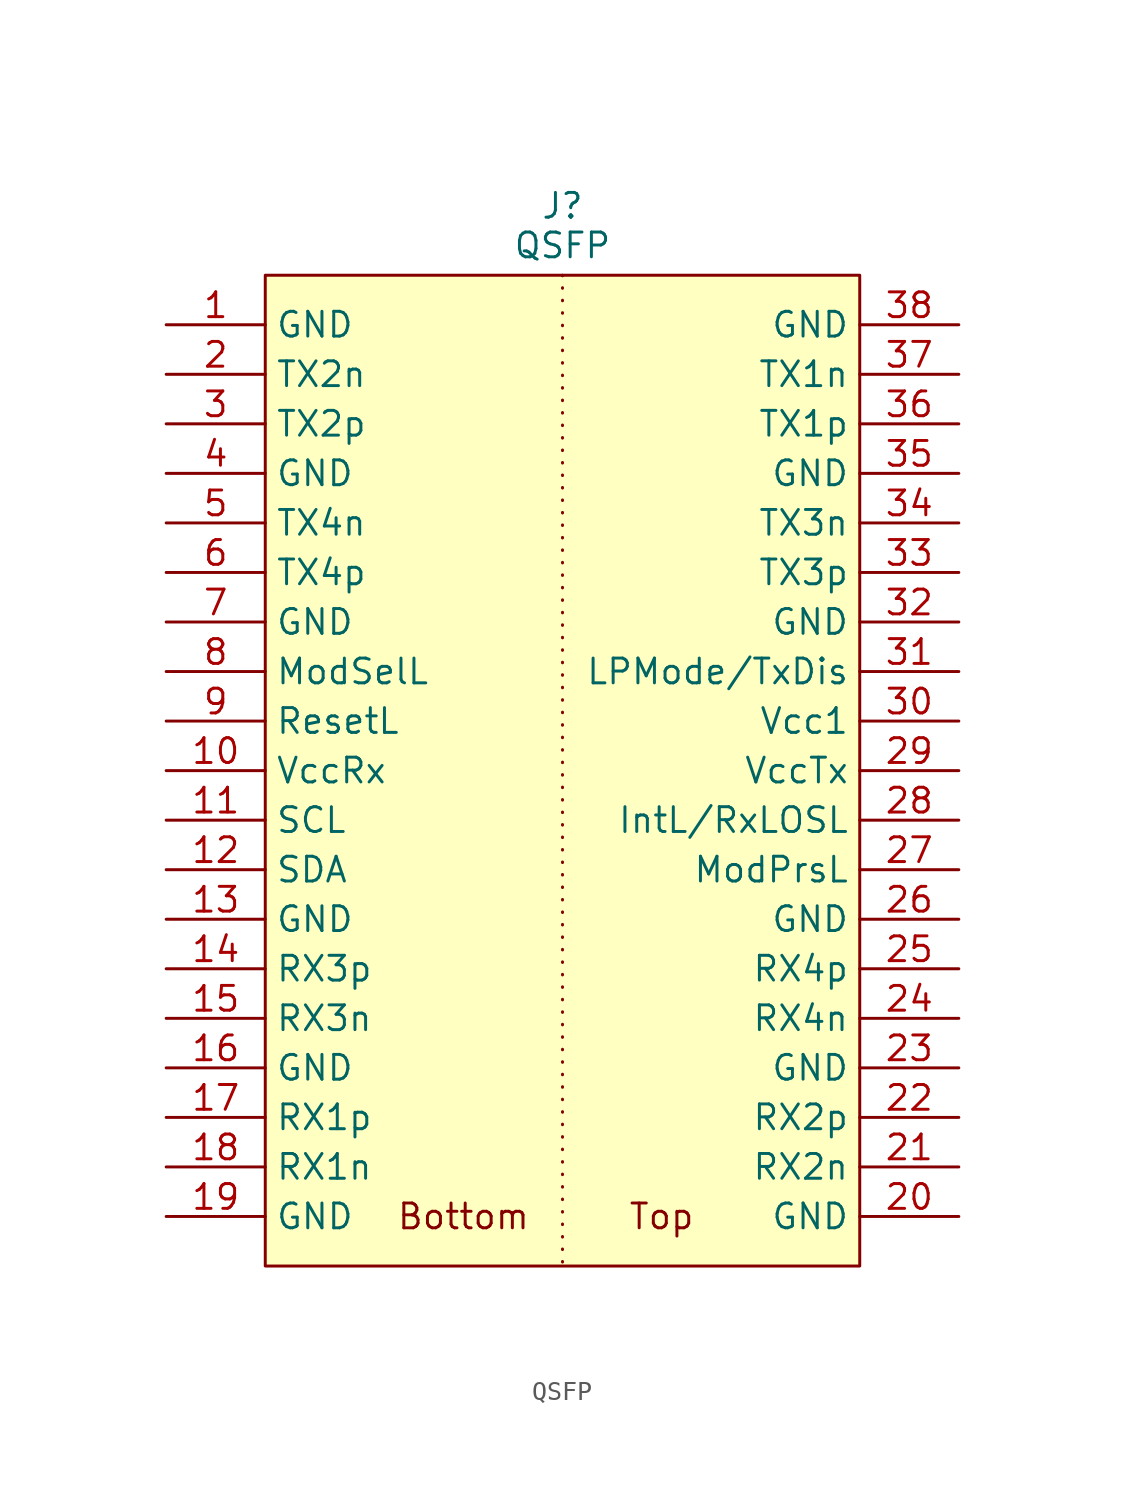
<source format=kicad_sym>
(kicad_symbol_lib
  (version 20241209)
  (generator "kicad_symbol_editor")
  (generator_version "9.0")
  (symbol "QSFP"
    (property "Reference" "J"
      (at 0 28.956 0)
      (effects (font (size 1.27 1.27))))
    (property "Value" "QSFP"
      (at 0 26.924 0)
      (effects (font (size 1.27 1.27))))
    (symbol "QSFP_0_0"
      (pin power_out line (at -20.32 22.86 0) (length 5.08) (name "GND" (effects (font (size 1.27 1.27)))) (number "1" (effects (font (size 1.27 1.27)))))
      (pin output line (at -20.32 20.32 0) (length 5.08) (name "TX2n" (effects (font (size 1.27 1.27)))) (number "2" (effects (font (size 1.27 1.27)))))
      (pin output line (at -20.32 17.78 0) (length 5.08) (name "TX2p" (effects (font (size 1.27 1.27)))) (number "3" (effects (font (size 1.27 1.27)))))
      (pin power_out line (at -20.32 15.24 0) (length 5.08) (name "GND" (effects (font (size 1.27 1.27)))) (number "4" (effects (font (size 1.27 1.27)))))
      (pin output line (at -20.32 12.7 0) (length 5.08) (name "TX4n" (effects (font (size 1.27 1.27)))) (number "5" (effects (font (size 1.27 1.27)))))
      (pin output line (at -20.32 10.16 0) (length 5.08) (name "TX4p" (effects (font (size 1.27 1.27)))) (number "6" (effects (font (size 1.27 1.27)))))
      (pin power_out line (at -20.32 7.62 0) (length 5.08) (name "GND" (effects (font (size 1.27 1.27)))) (number "7" (effects (font (size 1.27 1.27)))))
      (pin output line (at -20.32 5.08 0) (length 5.08) (name "ModSelL" (effects (font (size 1.27 1.27)))) (number "8" (effects (font (size 1.27 1.27)))))
      (pin output line (at -20.32 2.54 0) (length 5.08) (name "ResetL" (effects (font (size 1.27 1.27)))) (number "9" (effects (font (size 1.27 1.27)))))
      (pin power_out line (at -20.32 0 0) (length 5.08) (name "VccRx" (effects (font (size 1.27 1.27)))) (number "10" (effects (font (size 1.27 1.27)))))
      (pin bidirectional line (at -20.32 -2.54 0) (length 5.08) (name "SCL" (effects (font (size 1.27 1.27)))) (number "11" (effects (font (size 1.27 1.27)))))
      (pin bidirectional line (at -20.32 -5.08 0) (length 5.08) (name "SDA" (effects (font (size 1.27 1.27)))) (number "12" (effects (font (size 1.27 1.27)))))
      (pin power_out line (at -20.32 -7.62 0) (length 5.08) (name "GND" (effects (font (size 1.27 1.27)))) (number "13" (effects (font (size 1.27 1.27)))))
      (pin input line (at -20.32 -10.16 0) (length 5.08) (name "RX3p" (effects (font (size 1.27 1.27)))) (number "14" (effects (font (size 1.27 1.27)))))
      (pin input line (at -20.32 -12.7 0) (length 5.08) (name "RX3n" (effects (font (size 1.27 1.27)))) (number "15" (effects (font (size 1.27 1.27)))))
      (pin power_out line (at -20.32 -15.24 0) (length 5.08) (name "GND" (effects (font (size 1.27 1.27)))) (number "16" (effects (font (size 1.27 1.27)))))
      (pin input line (at -20.32 -17.78 0) (length 5.08) (name "RX1p" (effects (font (size 1.27 1.27)))) (number "17" (effects (font (size 1.27 1.27)))))
      (pin input line (at -20.32 -20.32 0) (length 5.08) (name "RX1n" (effects (font (size 1.27 1.27)))) (number "18" (effects (font (size 1.27 1.27)))))
      (pin power_out line (at -20.32 -22.86 0) (length 5.08) (name "GND" (effects (font (size 1.27 1.27)))) (number "19" (effects (font (size 1.27 1.27)))))
      (pin power_out line (at 20.32 22.86 180) (length 5.08) (name "GND" (effects (font (size 1.27 1.27)))) (number "38" (effects (font (size 1.27 1.27)))))
      (pin output line (at 20.32 20.32 180) (length 5.08) (name "TX1n" (effects (font (size 1.27 1.27)))) (number "37" (effects (font (size 1.27 1.27)))))
      (pin output line (at 20.32 17.78 180) (length 5.08) (name "TX1p" (effects (font (size 1.27 1.27)))) (number "36" (effects (font (size 1.27 1.27)))))
      (pin power_out line (at 20.32 15.24 180) (length 5.08) (name "GND" (effects (font (size 1.27 1.27)))) (number "35" (effects (font (size 1.27 1.27)))))
      (pin output line (at 20.32 12.7 180) (length 5.08) (name "TX3n" (effects (font (size 1.27 1.27)))) (number "34" (effects (font (size 1.27 1.27)))))
      (pin output line (at 20.32 10.16 180) (length 5.08) (name "TX3p" (effects (font (size 1.27 1.27)))) (number "33" (effects (font (size 1.27 1.27)))))
      (pin power_in line (at 20.32 7.62 180) (length 5.08) (name "GND" (effects (font (size 1.27 1.27)))) (number "32" (effects (font (size 1.27 1.27)))))
      (pin output line (at 20.32 5.08 180) (length 5.08) (name "LPMode/TxDis" (effects (font (size 1.27 1.27)))) (number "31" (effects (font (size 1.27 1.27)))))
      (pin power_out line (at 20.32 2.54 180) (length 5.08) (name "Vcc1" (effects (font (size 1.27 1.27)))) (number "30" (effects (font (size 1.27 1.27)))))
      (pin power_out line (at 20.32 0 180) (length 5.08) (name "VccTx" (effects (font (size 1.27 1.27)))) (number "29" (effects (font (size 1.27 1.27)))))
      (pin input line (at 20.32 -2.54 180) (length 5.08) (name "IntL/RxLOSL" (effects (font (size 1.27 1.27)))) (number "28" (effects (font (size 1.27 1.27)))))
      (pin input line (at 20.32 -5.08 180) (length 5.08) (name "ModPrsL" (effects (font (size 1.27 1.27)))) (number "27" (effects (font (size 1.27 1.27)))))
      (pin power_out line (at 20.32 -7.62 180) (length 5.08) (name "GND" (effects (font (size 1.27 1.27)))) (number "26" (effects (font (size 1.27 1.27)))))
      (pin input line (at 20.32 -10.16 180) (length 5.08) (name "RX4p" (effects (font (size 1.27 1.27)))) (number "25" (effects (font (size 1.27 1.27)))))
      (pin input line (at 20.32 -12.7 180) (length 5.08) (name "RX4n" (effects (font (size 1.27 1.27)))) (number "24" (effects (font (size 1.27 1.27)))))
      (pin power_out line (at 20.32 -15.24 180) (length 5.08) (name "GND" (effects (font (size 1.27 1.27)))) (number "23" (effects (font (size 1.27 1.27)))))
      (pin input line (at 20.32 -17.78 180) (length 5.08) (name "RX2p" (effects (font (size 1.27 1.27)))) (number "22" (effects (font (size 1.27 1.27)))))
      (pin input line (at 20.32 -20.32 180) (length 5.08) (name "RX2n" (effects (font (size 1.27 1.27)))) (number "21" (effects (font (size 1.27 1.27)))))
      (pin power_out line (at 20.32 -22.86 180) (length 5.08) (name "GND" (effects (font (size 1.27 1.27)))) (number "20" (effects (font (size 1.27 1.27))))))
    (symbol "QSFP_1_1"
      (rectangle (start -15.24 25.4) (end 15.24 -25.4) (stroke (width 0) (type default)) (fill (type background)))
      (polyline (pts (xy 0 25.4) (xy 0 -25.4)) (stroke (width 0) (type dot)) (fill (type none)))
      (text "Bottom" (at -5.08 -22.86 0) (effects (font (size 1.27 1.27))))
      (text "Top" (at 5.08 -22.86 0) (effects (font (size 1.27 1.27)))))))
</source>
